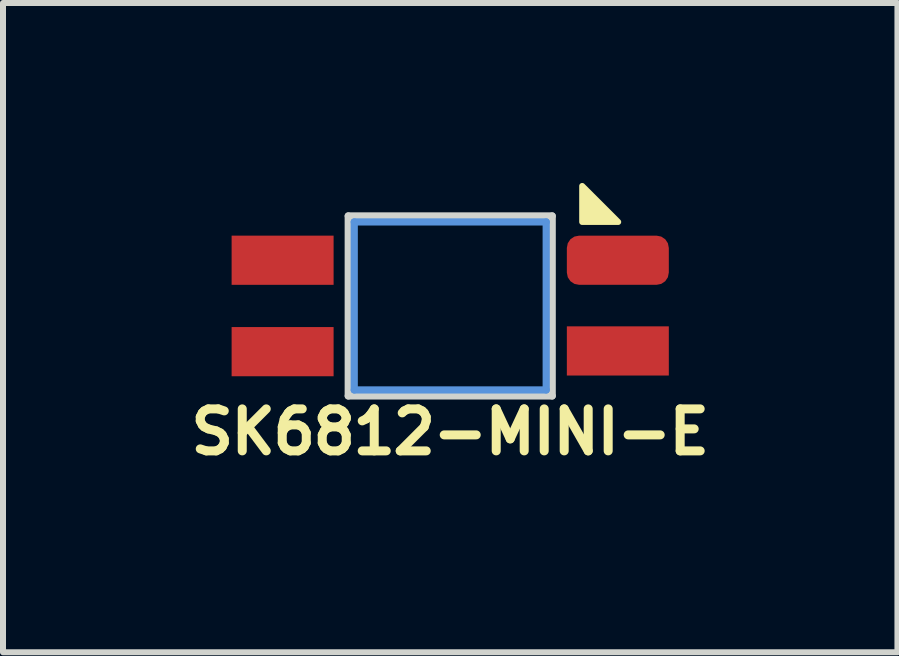
<source format=kicad_pcb>
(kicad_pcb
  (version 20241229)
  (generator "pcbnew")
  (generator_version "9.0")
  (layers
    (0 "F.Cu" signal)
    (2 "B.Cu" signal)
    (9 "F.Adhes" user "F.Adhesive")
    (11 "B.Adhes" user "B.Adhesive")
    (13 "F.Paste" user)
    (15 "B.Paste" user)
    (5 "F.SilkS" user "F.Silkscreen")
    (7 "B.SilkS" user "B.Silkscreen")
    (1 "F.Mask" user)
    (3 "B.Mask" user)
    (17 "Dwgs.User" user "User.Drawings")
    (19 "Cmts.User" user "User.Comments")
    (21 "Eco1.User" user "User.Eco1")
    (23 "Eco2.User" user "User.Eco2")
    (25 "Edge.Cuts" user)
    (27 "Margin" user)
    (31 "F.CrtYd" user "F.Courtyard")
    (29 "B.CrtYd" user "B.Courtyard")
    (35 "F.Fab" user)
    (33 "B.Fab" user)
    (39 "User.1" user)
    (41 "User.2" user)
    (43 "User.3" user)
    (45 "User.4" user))
  (footprint "SK6812-MINI-E"
    (layer "F.Cu")
    (at 4.455 2.05)
    (property "Reference" "SK6812-MINI-E" (at 0 2.1 0) (unlocked yes) (layer "F.SilkS") (effects (font (size 0.7 0.7) (thickness 0.15))))
    (attr through_hole)
    (fp_poly (pts (xy 2.8 -1.4) (xy 2.2 -1.4) (xy 2.2 -2)) (stroke (width 0.1) (type solid)) (fill yes) (layer "F.SilkS"))
    (fp_line (start -1.6 -1.4) (end 1.6 -1.4) (stroke (width 0.12) (type solid)) (layer "Cmts.User"))
    (fp_line (start -1.6 1.4) (end -1.6 -1.4) (stroke (width 0.12) (type solid)) (layer "Cmts.User"))
    (fp_line (start 1.6 -1.4) (end 1.6 1.4) (stroke (width 0.12) (type solid)) (layer "Cmts.User"))
    (fp_line (start 1.6 1.4) (end -1.6 1.4) (stroke (width 0.12) (type solid)) (layer "Cmts.User"))
    (fp_line (start -1.7 -1.5) (end 1.7 -1.5) (stroke (width 0.12) (type solid)) (layer "Edge.Cuts"))
    (fp_line (start -1.7 1.5) (end -1.7 -1.5) (stroke (width 0.12) (type solid)) (layer "Edge.Cuts"))
    (fp_line (start 1.7 -1.5) (end 1.7 1.5) (stroke (width 0.12) (type solid)) (layer "Edge.Cuts"))
    (fp_line (start 1.7 1.5) (end -1.7 1.5) (stroke (width 0.12) (type solid)) (layer "Edge.Cuts"))
    (pad "1" smd rect (at -2.794 0.762) (size 1.7 0.82) (layers "F.Cu" "F.Mask" "F.Paste"))
    (pad "2" smd rect (at -2.794 -0.762) (size 1.7 0.82) (layers "F.Cu" "F.Mask" "F.Paste"))
    (pad "3" smd roundrect (at 2.794 -0.762) (size 1.7 0.82) (layers "F.Cu" "F.Mask" "F.Paste") (roundrect_rratio 0.25))
    (pad "4" smd rect (at 2.794 0.75) (size 1.7 0.82) (layers "F.Cu" "F.Mask" "F.Paste")))
  (gr_rect
    (start -3 -3)
    (end 11.91 7.823)
    (stroke (width 0.1) (type default))
    (fill no)
    (layer "Edge.Cuts")))
</source>
